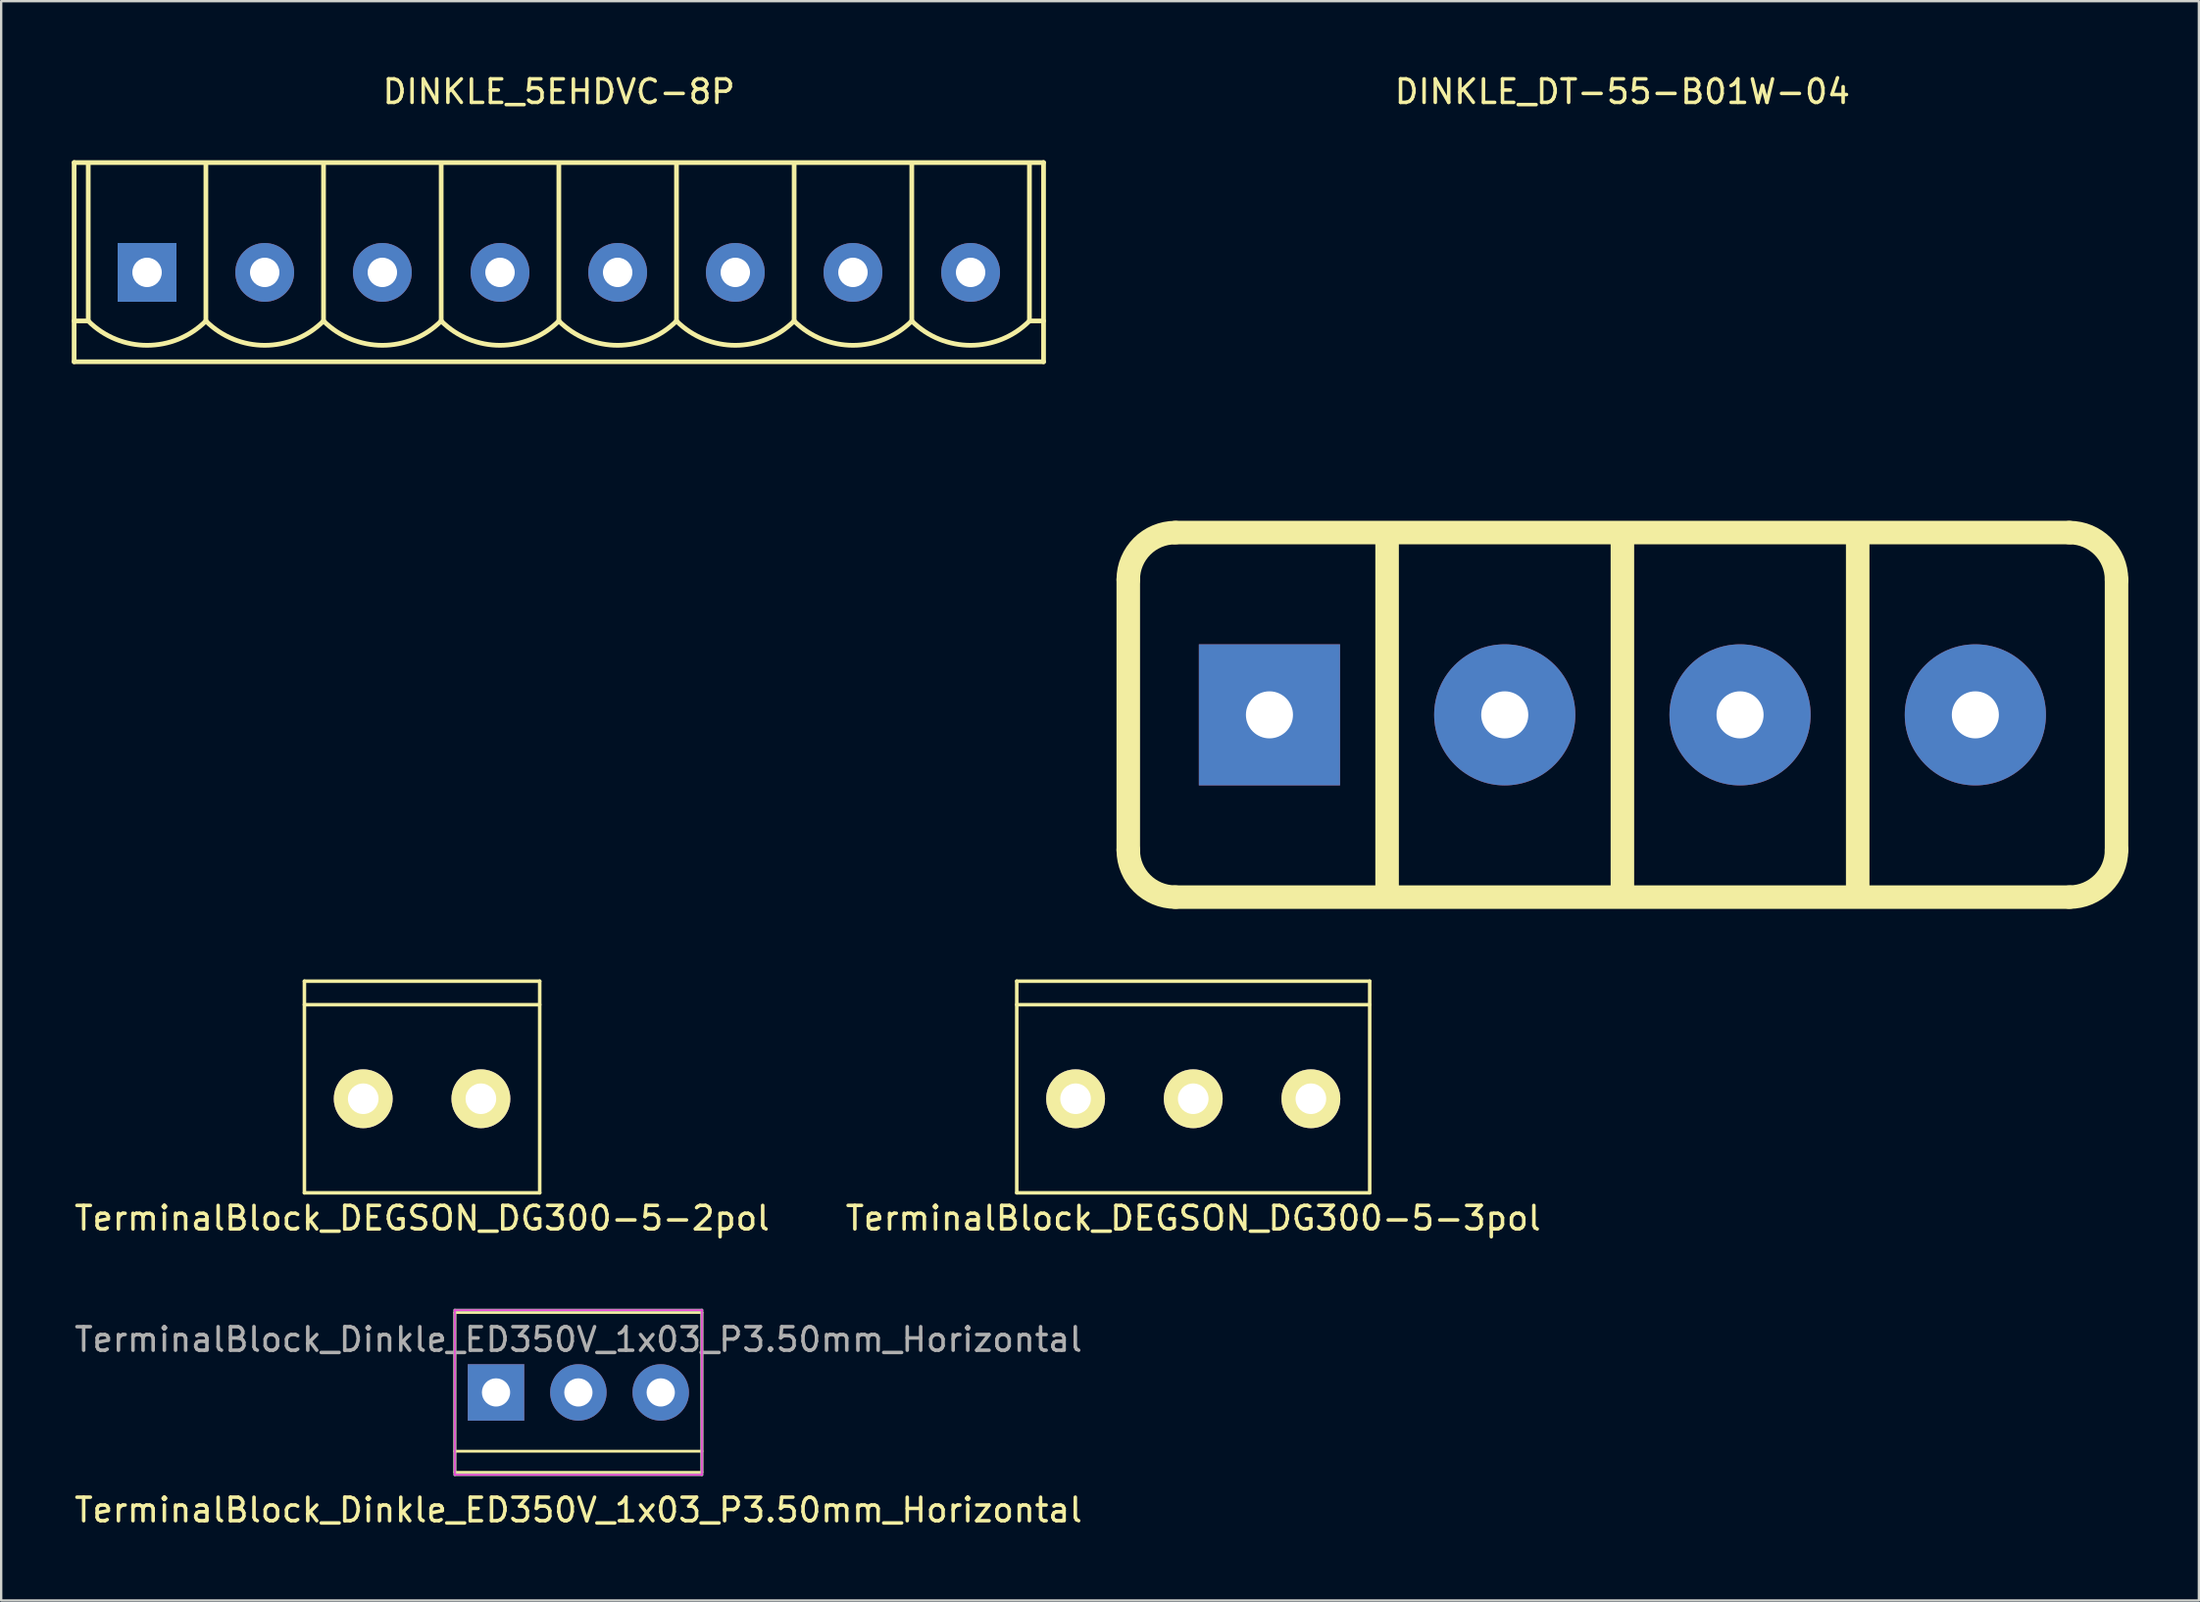
<source format=kicad_pcb>
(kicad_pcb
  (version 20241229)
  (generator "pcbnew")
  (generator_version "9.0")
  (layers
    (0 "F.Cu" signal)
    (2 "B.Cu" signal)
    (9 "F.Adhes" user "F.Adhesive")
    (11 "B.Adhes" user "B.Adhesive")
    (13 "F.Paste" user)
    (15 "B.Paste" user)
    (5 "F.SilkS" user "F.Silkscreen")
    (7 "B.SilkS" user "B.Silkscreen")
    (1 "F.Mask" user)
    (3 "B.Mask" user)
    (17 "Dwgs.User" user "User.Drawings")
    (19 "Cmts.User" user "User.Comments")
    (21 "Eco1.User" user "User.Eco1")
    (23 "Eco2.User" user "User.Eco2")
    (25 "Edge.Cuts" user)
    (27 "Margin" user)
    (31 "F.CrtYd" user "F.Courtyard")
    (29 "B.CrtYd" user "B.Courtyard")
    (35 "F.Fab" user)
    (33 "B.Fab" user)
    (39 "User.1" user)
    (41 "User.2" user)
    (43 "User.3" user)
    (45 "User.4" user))
  (footprint "TerminalBlock_Dinkle_ED350V_1x03_P3.50mm_Horizontal"
    (layer "F.Cu")
    (at 21.53 56.161)
    (property "Reference" "TerminalBlock_Dinkle_ED350V_1x03_P3.50mm_Horizontal" (at 0 5 0) (layer "F.SilkS") (effects (font (size 1 1) (thickness 0.15))))
    (attr through_hole)
    (fp_line (start -5.25 -3.4) (end 5.25 -3.4) (stroke (width 0.12) (type solid)) (layer "F.SilkS"))
    (fp_line (start -5.25 2.5) (end 5.25 2.5) (stroke (width 0.12) (type solid)) (layer "F.SilkS"))
    (fp_line (start -5.25 3.4) (end -5.25 -3.4) (stroke (width 0.12) (type solid)) (layer "F.SilkS"))
    (fp_line (start 5.25 -3.4) (end 5.25 3.4) (stroke (width 0.12) (type solid)) (layer "F.SilkS"))
    (fp_line (start 5.25 3.4) (end -5.25 3.4) (stroke (width 0.12) (type solid)) (layer "F.SilkS"))
    (fp_line (start -5.25 -3.5) (end 5.25 -3.5) (stroke (width 0.05) (type solid)) (layer "F.CrtYd"))
    (fp_line (start -5.25 3.5) (end -5.25 -3.5) (stroke (width 0.05) (type solid)) (layer "F.CrtYd"))
    (fp_line (start 5.25 -3.5) (end 5.25 3.5) (stroke (width 0.05) (type solid)) (layer "F.CrtYd"))
    (fp_line (start 5.25 3.5) (end -5.25 3.5) (stroke (width 0.05) (type solid)) (layer "F.CrtYd"))
    (fp_line (start -5.25 -3.5) (end 5.25 -3.5) (stroke (width 0.12) (type solid)) (layer "F.Fab"))
    (fp_line (start -5.25 3.5) (end -5.25 -3.5) (stroke (width 0.12) (type solid)) (layer "F.Fab"))
    (fp_line (start 5.25 -3.5) (end 5.25 3.5) (stroke (width 0.12) (type solid)) (layer "F.Fab"))
    (fp_line (start 5.25 3.5) (end -5.25 3.5) (stroke (width 0.12) (type solid)) (layer "F.Fab"))
    (fp_text user "${REFERENCE}" (at 0 -2.25 0) (layer "F.Fab") (effects (font (size 1 1) (thickness 0.15))))
    (pad "1" thru_hole rect (at -3.5 0) (size 2.4 2.4) (drill 1.2) (layers "*.Cu" "*.Mask"))
    (pad "2" thru_hole circle (at 0 0) (size 2.4 2.4) (drill 1.2) (layers "*.Cu" "*.Mask"))
    (pad "3" thru_hole circle (at 3.5 0) (size 2.4 2.4) (drill 1.2) (layers "*.Cu" "*.Mask")))
  (footprint "DINKLE_DT-55-B01W-04"
    (layer "F.Cu")
    (at 65.9 27.348)
    (property "Reference" "DINKLE_DT-55-B01W-04" (at 0 -26.5 0) (layer "F.SilkS") (effects (font (size 1 1) (thickness 0.15))))
    (attr through_hole)
    (fp_line (start -21 -5.75) (end -21 5.75) (stroke (width 1) (type solid)) (layer "F.SilkS"))
    (fp_line (start -19 -7.75) (end 19 -7.75) (stroke (width 1) (type solid)) (layer "F.SilkS"))
    (fp_line (start -19 7.75) (end 19 7.75) (stroke (width 1) (type solid)) (layer "F.SilkS"))
    (fp_line (start -10 7.5) (end -10 -7.5) (stroke (width 1) (type solid)) (layer "F.SilkS"))
    (fp_line (start 0 7.5) (end 0 -7.5) (stroke (width 1) (type solid)) (layer "F.SilkS"))
    (fp_line (start 10 7.5) (end 10 -7.5) (stroke (width 1) (type solid)) (layer "F.SilkS"))
    (fp_line (start 21 -5.75) (end 21 5.75) (stroke (width 1) (type solid)) (layer "F.SilkS"))
    (fp_arc (start -21 -5.75) (mid -20.414214 -7.164214) (end -19 -7.75) (stroke (width 1) (type solid)) (layer "F.SilkS"))
    (fp_arc (start -19 7.75) (mid -20.414214 7.164214) (end -21 5.75) (stroke (width 1) (type solid)) (layer "F.SilkS"))
    (fp_arc (start 19 -7.75) (mid 20.414214 -7.164214) (end 21 -5.75) (stroke (width 1) (type solid)) (layer "F.SilkS"))
    (fp_arc (start 21 5.75) (mid 20.414214 7.164214) (end 19 7.75) (stroke (width 1) (type solid)) (layer "F.SilkS"))
    (pad "1" thru_hole rect (at -15 0) (size 6 6) (drill 2) (layers "*.Cu" "*.Mask"))
    (pad "2" thru_hole circle (at -5 0) (size 6 6) (drill 2) (layers "*.Cu" "*.Mask"))
    (pad "3" thru_hole circle (at 5 0) (size 6 6) (drill 2) (layers "*.Cu" "*.Mask"))
    (pad "4" thru_hole circle (at 15 0) (size 6 6) (drill 2) (layers "*.Cu" "*.Mask")))
  (footprint "DINKLE_5EHDVC-8P"
    (layer "F.Cu")
    (at 20.7 8.098)
    (property "Reference" "DINKLE_5EHDVC-8P" (at 0 -7.25 0) (layer "F.SilkS") (effects (font (size 1 1) (thickness 0.15))))
    (attr through_hole)
    (fp_line (start -20.6 -4.235) (end -20.6 4.235) (stroke (width 0.2) (type solid)) (layer "F.SilkS"))
    (fp_line (start -20.6 -4.235) (end 20.6 -4.235) (stroke (width 0.2) (type solid)) (layer "F.SilkS"))
    (fp_line (start -20.6 4.235) (end 20.6 4.235) (stroke (width 0.2) (type solid)) (layer "F.SilkS"))
    (fp_line (start -20 2.5) (end -20.6 2.5) (stroke (width 0.2) (type solid)) (layer "F.SilkS"))
    (fp_line (start -20 2.5) (end -20 -4.2) (stroke (width 0.2) (type solid)) (layer "F.SilkS"))
    (fp_line (start -15 2.5) (end -15 -4.2) (stroke (width 0.2) (type solid)) (layer "F.SilkS"))
    (fp_line (start -10 2.5) (end -10 -4.2) (stroke (width 0.2) (type solid)) (layer "F.SilkS"))
    (fp_line (start -5 2.5) (end -5 -4.2) (stroke (width 0.2) (type solid)) (layer "F.SilkS"))
    (fp_line (start 0 2.5) (end 0 -4.2) (stroke (width 0.2) (type solid)) (layer "F.SilkS"))
    (fp_line (start 5 2.5) (end 5 -4.2) (stroke (width 0.2) (type solid)) (layer "F.SilkS"))
    (fp_line (start 10 2.5) (end 10 -4.2) (stroke (width 0.2) (type solid)) (layer "F.SilkS"))
    (fp_line (start 15 2.5) (end 15 -4.2) (stroke (width 0.2) (type solid)) (layer "F.SilkS"))
    (fp_line (start 20 2.5) (end 20 -4.2) (stroke (width 0.2) (type solid)) (layer "F.SilkS"))
    (fp_line (start 20 2.5) (end 20.6 2.5) (stroke (width 0.2) (type solid)) (layer "F.SilkS"))
    (fp_line (start 20.6 -4.235) (end 20.6 4.235) (stroke (width 0.2) (type solid)) (layer "F.SilkS"))
    (fp_arc (start -15.000001 2.499999) (mid -17.5 3.535532) (end -19.999999 2.499999) (stroke (width 0.2) (type solid)) (layer "F.SilkS"))
    (fp_arc (start -10.000001 2.499999) (mid -12.5 3.535532) (end -14.999999 2.499999) (stroke (width 0.2) (type solid)) (layer "F.SilkS"))
    (fp_arc (start -5.000001 2.499999) (mid -7.5 3.535532) (end -9.999999 2.499999) (stroke (width 0.2) (type solid)) (layer "F.SilkS"))
    (fp_arc (start -0.000001 2.499999) (mid -2.5 3.535532) (end -4.999999 2.499999) (stroke (width 0.2) (type solid)) (layer "F.SilkS"))
    (fp_arc (start 4.999999 2.499999) (mid 2.5 3.535532) (end 0.000001 2.499999) (stroke (width 0.2) (type solid)) (layer "F.SilkS"))
    (fp_arc (start 9.999999 2.499999) (mid 7.5 3.535532) (end 5.000001 2.499999) (stroke (width 0.2) (type solid)) (layer "F.SilkS"))
    (fp_arc (start 14.999999 2.499999) (mid 12.5 3.535532) (end 10.000001 2.499999) (stroke (width 0.2) (type solid)) (layer "F.SilkS"))
    (fp_arc (start 19.999998 2.499999) (mid 17.499999 3.535532) (end 15 2.499999) (stroke (width 0.2) (type solid)) (layer "F.SilkS"))
    (pad "1" thru_hole rect (at -17.5 0.435) (size 2.5 2.5) (drill 1.25) (layers "*.Cu" "*.Mask"))
    (pad "2" thru_hole circle (at -12.5 0.435) (size 2.5 2.5) (drill 1.25) (layers "*.Cu" "*.Mask"))
    (pad "3" thru_hole circle (at -7.5 0.435) (size 2.5 2.5) (drill 1.25) (layers "*.Cu" "*.Mask"))
    (pad "4" thru_hole circle (at -2.5 0.435) (size 2.5 2.5) (drill 1.25) (layers "*.Cu" "*.Mask"))
    (pad "5" thru_hole circle (at 2.5 0.435) (size 2.5 2.5) (drill 1.25) (layers "*.Cu" "*.Mask"))
    (pad "6" thru_hole circle (at 7.5 0.435) (size 2.5 2.5) (drill 1.25) (layers "*.Cu" "*.Mask"))
    (pad "7" thru_hole circle (at 12.5 0.435) (size 2.5 2.5) (drill 1.25) (layers "*.Cu" "*.Mask"))
    (pad "8" thru_hole circle (at 17.5 0.435) (size 2.5 2.5) (drill 1.25) (layers "*.Cu" "*.Mask")))
  (footprint "TerminalBlock_DEGSON_DG300-5-3pol"
    (layer "F.Cu")
    (at 47.661 43.673)
    (property "Reference" "TerminalBlock_DEGSON_DG300-5-3pol" (at 0 5.08 0) (layer "F.SilkS") (effects (font (size 1 1) (thickness 0.15))))
    (attr through_hole)
    (fp_line (start -7.5 -5) (end -7.5 4) (stroke (width 0.15) (type solid)) (layer "F.SilkS"))
    (fp_line (start -7.5 -5) (end 7.5 -5) (stroke (width 0.15) (type solid)) (layer "F.SilkS"))
    (fp_line (start -7.5 -4) (end 7.5 -4) (stroke (width 0.15) (type solid)) (layer "F.SilkS"))
    (fp_line (start 7.5 -5) (end 7.5 4) (stroke (width 0.15) (type solid)) (layer "F.SilkS"))
    (fp_line (start 7.5 4) (end -7.5 4) (stroke (width 0.15) (type solid)) (layer "F.SilkS"))
    (pad "1" thru_hole circle (at -5 0) (size 2.5 2.5) (drill 1.3) (layers "*.Cu" "*.Mask" "F.SilkS"))
    (pad "2" thru_hole circle (at 0 0) (size 2.5 2.5) (drill 1.3) (layers "*.Cu" "*.Mask" "F.SilkS"))
    (pad "3" thru_hole circle (at 5 0) (size 2.5 2.5) (drill 1.3) (layers "*.Cu" "*.Mask" "F.SilkS")))
  (footprint "TerminalBlock_DEGSON_DG300-5-2pol"
    (layer "F.Cu")
    (at 14.887 43.673)
    (property "Reference" "TerminalBlock_DEGSON_DG300-5-2pol" (at 0 5.08 0) (layer "F.SilkS") (effects (font (size 1 1) (thickness 0.15))))
    (attr through_hole)
    (fp_line (start -5 -5) (end -5 4) (stroke (width 0.15) (type solid)) (layer "F.SilkS"))
    (fp_line (start -5 -5) (end 5 -5) (stroke (width 0.15) (type solid)) (layer "F.SilkS"))
    (fp_line (start -5 -4) (end 5 -4) (stroke (width 0.15) (type solid)) (layer "F.SilkS"))
    (fp_line (start 5 -5) (end 5 4) (stroke (width 0.15) (type solid)) (layer "F.SilkS"))
    (fp_line (start 5 4) (end -5 4) (stroke (width 0.15) (type solid)) (layer "F.SilkS"))
    (pad "1" thru_hole circle (at -2.5 0) (size 2.5 2.5) (drill 1.3) (layers "*.Cu" "*.Mask" "F.SilkS"))
    (pad "2" thru_hole circle (at 2.5 0) (size 2.5 2.5) (drill 1.3) (layers "*.Cu" "*.Mask" "F.SilkS")))
  (gr_rect
    (start -3 -3)
    (end 90.4 65.01)
    (stroke (width 0.1) (type default))
    (fill no)
    (layer "Edge.Cuts")))
</source>
